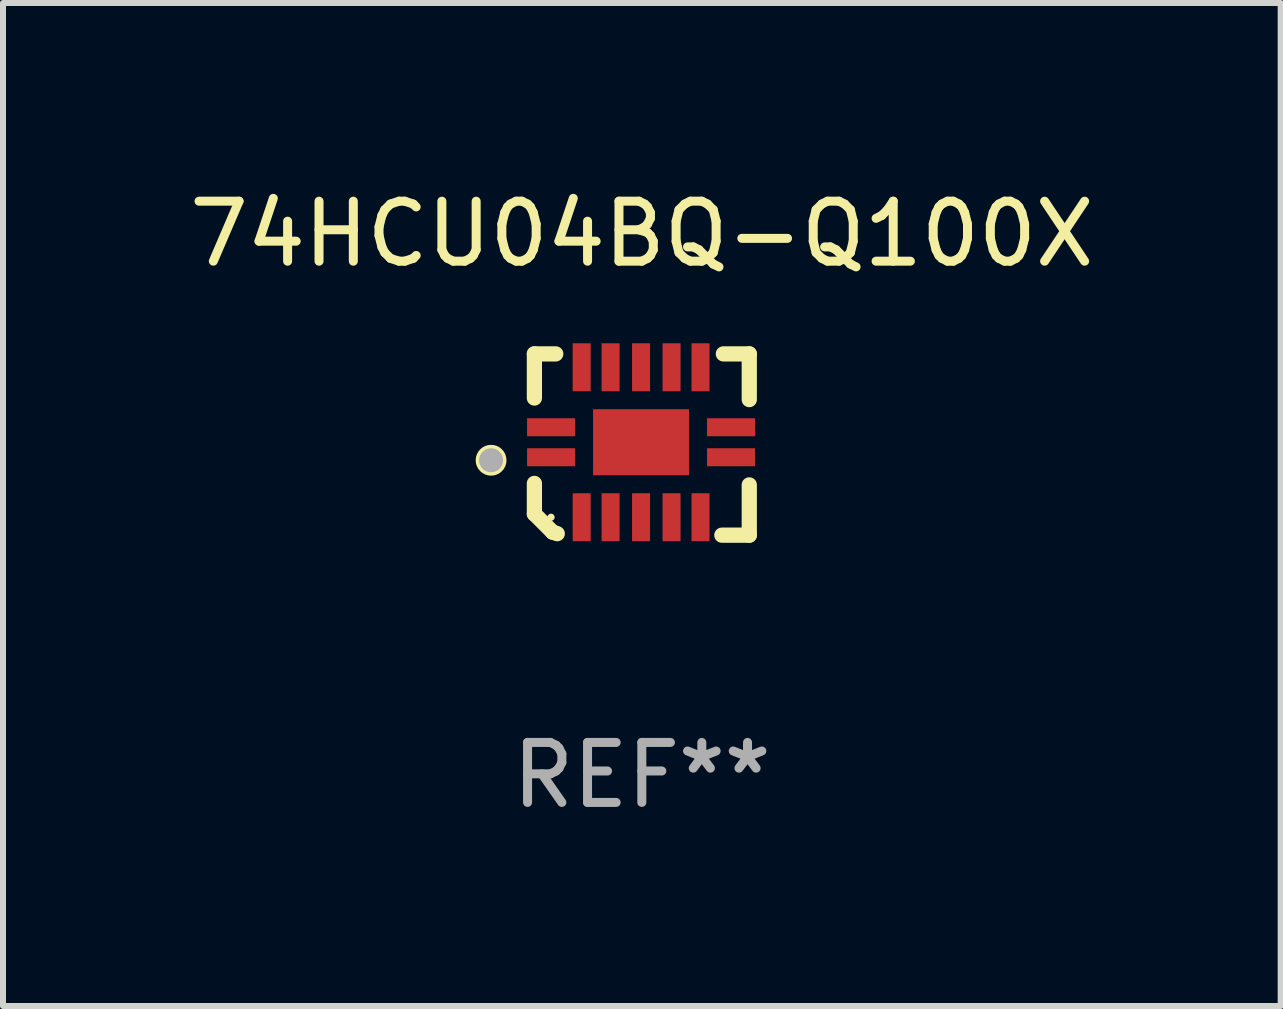
<source format=kicad_pcb>
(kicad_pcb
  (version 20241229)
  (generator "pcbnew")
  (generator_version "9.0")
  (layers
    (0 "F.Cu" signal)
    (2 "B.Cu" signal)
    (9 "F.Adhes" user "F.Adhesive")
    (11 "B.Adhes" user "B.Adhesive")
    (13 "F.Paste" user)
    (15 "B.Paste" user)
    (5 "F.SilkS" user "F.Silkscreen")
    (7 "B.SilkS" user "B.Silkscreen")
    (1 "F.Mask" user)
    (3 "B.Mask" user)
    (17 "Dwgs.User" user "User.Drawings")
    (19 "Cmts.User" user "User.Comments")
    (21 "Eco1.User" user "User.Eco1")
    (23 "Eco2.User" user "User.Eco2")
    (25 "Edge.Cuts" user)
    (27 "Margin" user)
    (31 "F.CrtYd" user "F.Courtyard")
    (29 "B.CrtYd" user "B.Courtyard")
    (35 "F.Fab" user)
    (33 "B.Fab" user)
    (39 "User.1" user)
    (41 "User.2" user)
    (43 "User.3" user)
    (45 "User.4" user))
  (footprint "74HCU04BQ-Q100X"
    (layer "F.Cu")
    (at 7.649 4.36)
    (property "Reference" "74HCU04BQ-Q100X" (at 0 -3.511 0) (layer "F.SilkS") (effects (font (size 1 1) (thickness 0.15))))
    (attr through_hole)
    (fp_line (start -1.791 -1.511) (end -1.435 -1.511) (stroke (width 0.254) (type solid)) (layer "F.SilkS"))
    (fp_line (start -1.791 -0.775) (end -1.791 -1.511) (stroke (width 0.254) (type solid)) (layer "F.SilkS"))
    (fp_line (start -1.791 1.156) (end -1.791 0.648) (stroke (width 0.254) (type solid)) (layer "F.SilkS"))
    (fp_line (start -1.486 1.461) (end -1.791 1.156) (stroke (width 0.254) (type solid)) (layer "F.SilkS"))
    (fp_line (start -1.41 1.486) (end -1.486 1.461) (stroke (width 0.254) (type solid)) (layer "F.SilkS"))
    (fp_line (start 1.334 1.511) (end 1.791 1.511) (stroke (width 0.254) (type solid)) (layer "F.SilkS"))
    (fp_line (start 1.791 -1.511) (end 1.359 -1.511) (stroke (width 0.254) (type solid)) (layer "F.SilkS"))
    (fp_line (start 1.791 -0.749) (end 1.791 -1.511) (stroke (width 0.254) (type solid)) (layer "F.SilkS"))
    (fp_line (start 1.791 1.511) (end 1.791 0.673) (stroke (width 0.254) (type solid)) (layer "F.SilkS"))
    (fp_circle (center -2.513 0.262) (end -2.383 0.262) (stroke (width 0.254) (type solid)) (fill no) (layer "F.SilkS"))
    (fp_circle (center -1.513 1.212) (end -1.483 1.212) (stroke (width 0.06) (type solid)) (fill no) (layer "F.SilkS"))
    (fp_circle (center -2.513 0.262) (end -2.413 0.262) (stroke (width 0.2) (type solid)) (fill no) (layer "F.Fab"))
    (fp_text user "REF**" (at 0 5.511 0) (layer "F.Fab") (effects (font (size 1 1) (thickness 0.15))))
    (pad "1" smd rect (at -1.513 0.212) (size 0.8 0.3) (layers "F.Cu" "F.Mask" "F.Paste"))
    (pad "2" smd rect (at -1.003 1.212) (size 0.3 0.8) (layers "F.Cu" "F.Mask" "F.Paste"))
    (pad "3" smd rect (at -0.521 1.212) (size 0.3 0.8) (layers "F.Cu" "F.Mask" "F.Paste"))
    (pad "4" smd rect (at -0.013 1.212) (size 0.3 0.8) (layers "F.Cu" "F.Mask" "F.Paste"))
    (pad "5" smd rect (at 0.495 1.212) (size 0.3 0.8) (layers "F.Cu" "F.Mask" "F.Paste"))
    (pad "6" smd rect (at 0.978 1.212) (size 0.3 0.8) (layers "F.Cu" "F.Mask" "F.Paste"))
    (pad "7" smd rect (at 1.487 0.212) (size 0.8 0.3) (layers "F.Cu" "F.Mask" "F.Paste"))
    (pad "8" smd rect (at 1.487 -0.288) (size 0.8 0.3) (layers "F.Cu" "F.Mask" "F.Paste"))
    (pad "9" smd rect (at 0.978 -1.288) (size 0.3 0.8) (layers "F.Cu" "F.Mask" "F.Paste"))
    (pad "10" smd rect (at 0.495 -1.288) (size 0.3 0.8) (layers "F.Cu" "F.Mask" "F.Paste"))
    (pad "11" smd rect (at -0.013 -1.288) (size 0.3 0.8) (layers "F.Cu" "F.Mask" "F.Paste"))
    (pad "12" smd rect (at -0.521 -1.288) (size 0.3 0.8) (layers "F.Cu" "F.Mask" "F.Paste"))
    (pad "13" smd rect (at -1.003 -1.288) (size 0.3 0.8) (layers "F.Cu" "F.Mask" "F.Paste"))
    (pad "14" smd rect (at -1.513 -0.288) (size 0.8 0.3) (layers "F.Cu" "F.Mask" "F.Paste"))
    (pad "15" smd rect (at -0.013 -0.038 90) (size 1.1 1.6) (layers "F.Cu" "F.Mask" "F.Paste")))
  (gr_rect
    (start -3 -3)
    (end 18.298 13.719)
    (stroke (width 0.1) (type default))
    (fill no)
    (layer "Edge.Cuts")))
</source>
